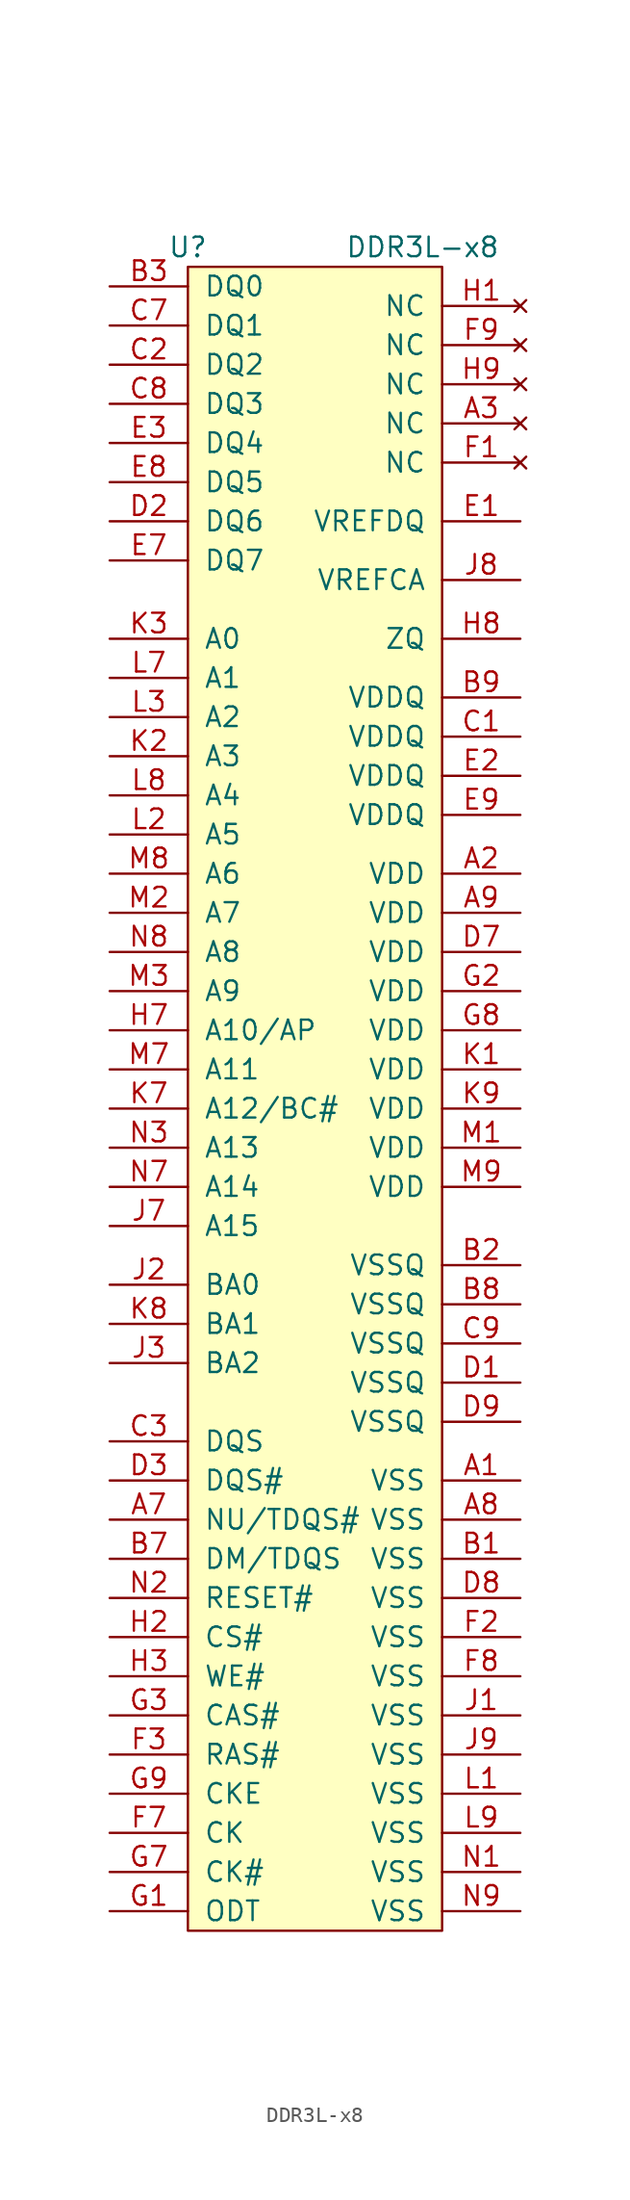
<source format=kicad_sym>
(kicad_symbol_lib
  (version 20201005)
  (generator kicad_symbol_editor)
  (symbol "winbond:DDR3L-x8"
    (pin_names
      (offset 1.016))
    (property "Reference" "U"
      (at -8.89 50.8 0)
      (effects (font (size 1.27 1.27))))
    (property "Value" "DDR3L-x8"
      (at 6.35 50.8 0)
      (effects (font (size 1.27 1.27))))
    (symbol "DDR3L-x8_0_1"
      (rectangle (start -8.89 49.53) (end 7.62 -58.42) (stroke (width 0)) (fill (type background))))
    (symbol "DDR3L-x8_1_1"
      (pin passive line (at 12.7 -29.21 180) (length 5.08) (name "VSS" (effects (font (size 1.27 1.27)))) (number "A1" (effects (font (size 1.27 1.27)))))
      (pin passive line (at 12.7 10.16 180) (length 5.08) (name "VDD" (effects (font (size 1.27 1.27)))) (number "A2" (effects (font (size 1.27 1.27)))))
      (pin no_connect line (at 12.7 39.37 180) (length 5.08) (name "NC" (effects (font (size 1.27 1.27)))) (number "A3" (effects (font (size 1.27 1.27)))))
      (pin passive line (at -13.97 -31.75 0) (length 5.08) (name "NU/TDQS#" (effects (font (size 1.27 1.27)))) (number "A7" (effects (font (size 1.27 1.27)))))
      (pin passive line (at 12.7 -31.75 180) (length 5.08) (name "VSS" (effects (font (size 1.27 1.27)))) (number "A8" (effects (font (size 1.27 1.27)))))
      (pin passive line (at 12.7 7.62 180) (length 5.08) (name "VDD" (effects (font (size 1.27 1.27)))) (number "A9" (effects (font (size 1.27 1.27)))))
      (pin passive line (at 12.7 -34.29 180) (length 5.08) (name "VSS" (effects (font (size 1.27 1.27)))) (number "B1" (effects (font (size 1.27 1.27)))))
      (pin passive line (at 12.7 -15.24 180) (length 5.08) (name "VSSQ" (effects (font (size 1.27 1.27)))) (number "B2" (effects (font (size 1.27 1.27)))))
      (pin passive line (at -13.97 48.26 0) (length 5.08) (name "DQ0" (effects (font (size 1.27 1.27)))) (number "B3" (effects (font (size 1.27 1.27)))))
      (pin passive line (at -13.97 -34.29 0) (length 5.08) (name "DM/TDQS" (effects (font (size 1.27 1.27)))) (number "B7" (effects (font (size 1.27 1.27)))))
      (pin passive line (at 12.7 -17.78 180) (length 5.08) (name "VSSQ" (effects (font (size 1.27 1.27)))) (number "B8" (effects (font (size 1.27 1.27)))))
      (pin passive line (at 12.7 21.59 180) (length 5.08) (name "VDDQ" (effects (font (size 1.27 1.27)))) (number "B9" (effects (font (size 1.27 1.27)))))
      (pin passive line (at 12.7 19.05 180) (length 5.08) (name "VDDQ" (effects (font (size 1.27 1.27)))) (number "C1" (effects (font (size 1.27 1.27)))))
      (pin passive line (at -13.97 43.18 0) (length 5.08) (name "DQ2" (effects (font (size 1.27 1.27)))) (number "C2" (effects (font (size 1.27 1.27)))))
      (pin passive line (at -13.97 -26.67 0) (length 5.08) (name "DQS" (effects (font (size 1.27 1.27)))) (number "C3" (effects (font (size 1.27 1.27)))))
      (pin passive line (at -13.97 45.72 0) (length 5.08) (name "DQ1" (effects (font (size 1.27 1.27)))) (number "C7" (effects (font (size 1.27 1.27)))))
      (pin passive line (at -13.97 40.64 0) (length 5.08) (name "DQ3" (effects (font (size 1.27 1.27)))) (number "C8" (effects (font (size 1.27 1.27)))))
      (pin passive line (at 12.7 -20.32 180) (length 5.08) (name "VSSQ" (effects (font (size 1.27 1.27)))) (number "C9" (effects (font (size 1.27 1.27)))))
      (pin passive line (at 12.7 -22.86 180) (length 5.08) (name "VSSQ" (effects (font (size 1.27 1.27)))) (number "D1" (effects (font (size 1.27 1.27)))))
      (pin passive line (at -13.97 33.02 0) (length 5.08) (name "DQ6" (effects (font (size 1.27 1.27)))) (number "D2" (effects (font (size 1.27 1.27)))))
      (pin passive line (at -13.97 -29.21 0) (length 5.08) (name "DQS#" (effects (font (size 1.27 1.27)))) (number "D3" (effects (font (size 1.27 1.27)))))
      (pin passive line (at 12.7 5.08 180) (length 5.08) (name "VDD" (effects (font (size 1.27 1.27)))) (number "D7" (effects (font (size 1.27 1.27)))))
      (pin passive line (at 12.7 -36.83 180) (length 5.08) (name "VSS" (effects (font (size 1.27 1.27)))) (number "D8" (effects (font (size 1.27 1.27)))))
      (pin passive line (at 12.7 -25.4 180) (length 5.08) (name "VSSQ" (effects (font (size 1.27 1.27)))) (number "D9" (effects (font (size 1.27 1.27)))))
      (pin passive line (at 12.7 33.02 180) (length 5.08) (name "VREFDQ" (effects (font (size 1.27 1.27)))) (number "E1" (effects (font (size 1.27 1.27)))))
      (pin passive line (at 12.7 16.51 180) (length 5.08) (name "VDDQ" (effects (font (size 1.27 1.27)))) (number "E2" (effects (font (size 1.27 1.27)))))
      (pin passive line (at -13.97 38.1 0) (length 5.08) (name "DQ4" (effects (font (size 1.27 1.27)))) (number "E3" (effects (font (size 1.27 1.27)))))
      (pin passive line (at -13.97 30.48 0) (length 5.08) (name "DQ7" (effects (font (size 1.27 1.27)))) (number "E7" (effects (font (size 1.27 1.27)))))
      (pin passive line (at -13.97 35.56 0) (length 5.08) (name "DQ5" (effects (font (size 1.27 1.27)))) (number "E8" (effects (font (size 1.27 1.27)))))
      (pin passive line (at 12.7 13.97 180) (length 5.08) (name "VDDQ" (effects (font (size 1.27 1.27)))) (number "E9" (effects (font (size 1.27 1.27)))))
      (pin no_connect line (at 12.7 36.83 180) (length 5.08) (name "NC" (effects (font (size 1.27 1.27)))) (number "F1" (effects (font (size 1.27 1.27)))))
      (pin passive line (at 12.7 -39.37 180) (length 5.08) (name "VSS" (effects (font (size 1.27 1.27)))) (number "F2" (effects (font (size 1.27 1.27)))))
      (pin passive line (at -13.97 -46.99 0) (length 5.08) (name "RAS#" (effects (font (size 1.27 1.27)))) (number "F3" (effects (font (size 1.27 1.27)))))
      (pin passive line (at -13.97 -52.07 0) (length 5.08) (name "CK" (effects (font (size 1.27 1.27)))) (number "F7" (effects (font (size 1.27 1.27)))))
      (pin passive line (at 12.7 -41.91 180) (length 5.08) (name "VSS" (effects (font (size 1.27 1.27)))) (number "F8" (effects (font (size 1.27 1.27)))))
      (pin no_connect line (at 12.7 44.45 180) (length 5.08) (name "NC" (effects (font (size 1.27 1.27)))) (number "F9" (effects (font (size 1.27 1.27)))))
      (pin passive line (at -13.97 -57.15 0) (length 5.08) (name "ODT" (effects (font (size 1.27 1.27)))) (number "G1" (effects (font (size 1.27 1.27)))))
      (pin passive line (at 12.7 2.54 180) (length 5.08) (name "VDD" (effects (font (size 1.27 1.27)))) (number "G2" (effects (font (size 1.27 1.27)))))
      (pin passive line (at -13.97 -44.45 0) (length 5.08) (name "CAS#" (effects (font (size 1.27 1.27)))) (number "G3" (effects (font (size 1.27 1.27)))))
      (pin passive line (at -13.97 -54.61 0) (length 5.08) (name "CK#" (effects (font (size 1.27 1.27)))) (number "G7" (effects (font (size 1.27 1.27)))))
      (pin passive line (at 12.7 0 180) (length 5.08) (name "VDD" (effects (font (size 1.27 1.27)))) (number "G8" (effects (font (size 1.27 1.27)))))
      (pin passive line (at -13.97 -49.53 0) (length 5.08) (name "CKE" (effects (font (size 1.27 1.27)))) (number "G9" (effects (font (size 1.27 1.27)))))
      (pin no_connect line (at 12.7 46.99 180) (length 5.08) (name "NC" (effects (font (size 1.27 1.27)))) (number "H1" (effects (font (size 1.27 1.27)))))
      (pin passive line (at -13.97 -39.37 0) (length 5.08) (name "CS#" (effects (font (size 1.27 1.27)))) (number "H2" (effects (font (size 1.27 1.27)))))
      (pin passive line (at -13.97 -41.91 0) (length 5.08) (name "WE#" (effects (font (size 1.27 1.27)))) (number "H3" (effects (font (size 1.27 1.27)))))
      (pin passive line (at -13.97 0 0) (length 5.08) (name "A10/AP" (effects (font (size 1.27 1.27)))) (number "H7" (effects (font (size 1.27 1.27)))))
      (pin passive line (at 12.7 25.4 180) (length 5.08) (name "ZQ" (effects (font (size 1.27 1.27)))) (number "H8" (effects (font (size 1.27 1.27)))))
      (pin no_connect line (at 12.7 41.91 180) (length 5.08) (name "NC" (effects (font (size 1.27 1.27)))) (number "H9" (effects (font (size 1.27 1.27)))))
      (pin passive line (at 12.7 -44.45 180) (length 5.08) (name "VSS" (effects (font (size 1.27 1.27)))) (number "J1" (effects (font (size 1.27 1.27)))))
      (pin passive line (at -13.97 -16.51 0) (length 5.08) (name "BA0" (effects (font (size 1.27 1.27)))) (number "J2" (effects (font (size 1.27 1.27)))))
      (pin passive line (at -13.97 -21.59 0) (length 5.08) (name "BA2" (effects (font (size 1.27 1.27)))) (number "J3" (effects (font (size 1.27 1.27)))))
      (pin passive line (at -13.97 -12.7 0) (length 5.08) (name "A15" (effects (font (size 1.27 1.27)))) (number "J7" (effects (font (size 1.27 1.27)))))
      (pin passive line (at 12.7 29.21 180) (length 5.08) (name "VREFCA" (effects (font (size 1.27 1.27)))) (number "J8" (effects (font (size 1.27 1.27)))))
      (pin passive line (at 12.7 -46.99 180) (length 5.08) (name "VSS" (effects (font (size 1.27 1.27)))) (number "J9" (effects (font (size 1.27 1.27)))))
      (pin passive line (at 12.7 -2.54 180) (length 5.08) (name "VDD" (effects (font (size 1.27 1.27)))) (number "K1" (effects (font (size 1.27 1.27)))))
      (pin passive line (at -13.97 17.78 0) (length 5.08) (name "A3" (effects (font (size 1.27 1.27)))) (number "K2" (effects (font (size 1.27 1.27)))))
      (pin passive line (at -13.97 25.4 0) (length 5.08) (name "A0" (effects (font (size 1.27 1.27)))) (number "K3" (effects (font (size 1.27 1.27)))))
      (pin passive line (at -13.97 -5.08 0) (length 5.08) (name "A12/BC#" (effects (font (size 1.27 1.27)))) (number "K7" (effects (font (size 1.27 1.27)))))
      (pin passive line (at -13.97 -19.05 0) (length 5.08) (name "BA1" (effects (font (size 1.27 1.27)))) (number "K8" (effects (font (size 1.27 1.27)))))
      (pin passive line (at 12.7 -5.08 180) (length 5.08) (name "VDD" (effects (font (size 1.27 1.27)))) (number "K9" (effects (font (size 1.27 1.27)))))
      (pin passive line (at 12.7 -49.53 180) (length 5.08) (name "VSS" (effects (font (size 1.27 1.27)))) (number "L1" (effects (font (size 1.27 1.27)))))
      (pin passive line (at -13.97 12.7 0) (length 5.08) (name "A5" (effects (font (size 1.27 1.27)))) (number "L2" (effects (font (size 1.27 1.27)))))
      (pin passive line (at -13.97 20.32 0) (length 5.08) (name "A2" (effects (font (size 1.27 1.27)))) (number "L3" (effects (font (size 1.27 1.27)))))
      (pin passive line (at -13.97 22.86 0) (length 5.08) (name "A1" (effects (font (size 1.27 1.27)))) (number "L7" (effects (font (size 1.27 1.27)))))
      (pin passive line (at -13.97 15.24 0) (length 5.08) (name "A4" (effects (font (size 1.27 1.27)))) (number "L8" (effects (font (size 1.27 1.27)))))
      (pin passive line (at 12.7 -52.07 180) (length 5.08) (name "VSS" (effects (font (size 1.27 1.27)))) (number "L9" (effects (font (size 1.27 1.27)))))
      (pin passive line (at 12.7 -7.62 180) (length 5.08) (name "VDD" (effects (font (size 1.27 1.27)))) (number "M1" (effects (font (size 1.27 1.27)))))
      (pin passive line (at -13.97 7.62 0) (length 5.08) (name "A7" (effects (font (size 1.27 1.27)))) (number "M2" (effects (font (size 1.27 1.27)))))
      (pin passive line (at -13.97 2.54 0) (length 5.08) (name "A9" (effects (font (size 1.27 1.27)))) (number "M3" (effects (font (size 1.27 1.27)))))
      (pin passive line (at -13.97 -2.54 0) (length 5.08) (name "A11" (effects (font (size 1.27 1.27)))) (number "M7" (effects (font (size 1.27 1.27)))))
      (pin passive line (at -13.97 10.16 0) (length 5.08) (name "A6" (effects (font (size 1.27 1.27)))) (number "M8" (effects (font (size 1.27 1.27)))))
      (pin passive line (at 12.7 -10.16 180) (length 5.08) (name "VDD" (effects (font (size 1.27 1.27)))) (number "M9" (effects (font (size 1.27 1.27)))))
      (pin passive line (at 12.7 -54.61 180) (length 5.08) (name "VSS" (effects (font (size 1.27 1.27)))) (number "N1" (effects (font (size 1.27 1.27)))))
      (pin passive line (at -13.97 -36.83 0) (length 5.08) (name "RESET#" (effects (font (size 1.27 1.27)))) (number "N2" (effects (font (size 1.27 1.27)))))
      (pin passive line (at -13.97 -7.62 0) (length 5.08) (name "A13" (effects (font (size 1.27 1.27)))) (number "N3" (effects (font (size 1.27 1.27)))))
      (pin passive line (at -13.97 -10.16 0) (length 5.08) (name "A14" (effects (font (size 1.27 1.27)))) (number "N7" (effects (font (size 1.27 1.27)))))
      (pin passive line (at -13.97 5.08 0) (length 5.08) (name "A8" (effects (font (size 1.27 1.27)))) (number "N8" (effects (font (size 1.27 1.27)))))
      (pin passive line (at 12.7 -57.15 180) (length 5.08) (name "VSS" (effects (font (size 1.27 1.27)))) (number "N9" (effects (font (size 1.27 1.27))))))))
</source>
